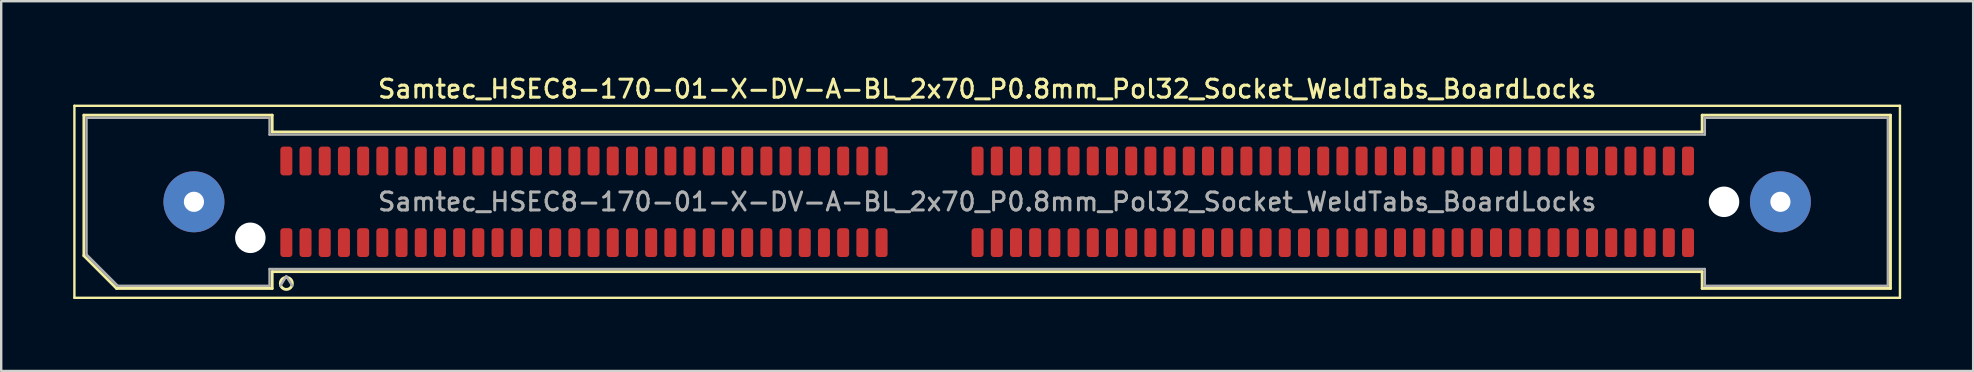
<source format=kicad_pcb>
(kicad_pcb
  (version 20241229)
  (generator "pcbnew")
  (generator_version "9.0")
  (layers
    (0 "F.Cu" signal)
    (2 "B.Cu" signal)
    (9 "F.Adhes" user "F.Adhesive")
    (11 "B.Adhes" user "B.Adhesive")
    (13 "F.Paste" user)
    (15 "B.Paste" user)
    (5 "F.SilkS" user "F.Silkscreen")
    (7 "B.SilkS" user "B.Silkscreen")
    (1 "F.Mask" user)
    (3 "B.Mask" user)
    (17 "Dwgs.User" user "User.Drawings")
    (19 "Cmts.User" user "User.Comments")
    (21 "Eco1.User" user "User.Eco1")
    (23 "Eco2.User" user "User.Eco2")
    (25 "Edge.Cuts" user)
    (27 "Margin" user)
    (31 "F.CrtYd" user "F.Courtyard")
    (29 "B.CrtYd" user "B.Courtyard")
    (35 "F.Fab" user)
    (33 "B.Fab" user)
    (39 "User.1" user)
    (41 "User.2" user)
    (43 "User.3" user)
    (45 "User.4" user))
  (footprint "Samtec_HSEC8-170-01-X-DV-A-BL_2x70_P0.8mm_Pol32_Socket_WeldTabs_BoardLocks"
    (layer "F.Cu")
    (at 38.08 5.358)
    (property "Reference" "Samtec_HSEC8-170-01-X-DV-A-BL_2x70_P0.8mm_Pol32_Socket_WeldTabs_BoardLocks" (at 0 -4.7 0) (layer "F.SilkS") (effects (font (size 0.75 0.75) (thickness 0.125))))
    (attr smd)
    (fp_line (start -38.03 -4) (end -38.03 4) (stroke (width 0.1) (type solid)) (layer "F.SilkS"))
    (fp_line (start -38.03 4) (end 38.03 4) (stroke (width 0.1) (type solid)) (layer "F.SilkS"))
    (fp_line (start -37.635 -3.61) (end -29.79 -3.61) (stroke (width 0.12) (type solid)) (layer "F.SilkS"))
    (fp_line (start -37.635 2.246) (end -37.635 -3.61) (stroke (width 0.12) (type solid)) (layer "F.SilkS"))
    (fp_line (start -36.271 3.61) (end -37.635 2.246) (stroke (width 0.12) (type solid)) (layer "F.SilkS"))
    (fp_line (start -29.79 -3.61) (end -29.79 -2.91) (stroke (width 0.12) (type solid)) (layer "F.SilkS"))
    (fp_line (start -29.79 -2.91) (end 29.79 -2.91) (stroke (width 0.12) (type solid)) (layer "F.SilkS"))
    (fp_line (start -29.79 2.91) (end -29.79 3.61) (stroke (width 0.12) (type solid)) (layer "F.SilkS"))
    (fp_line (start -29.79 3.61) (end -36.271 3.61) (stroke (width 0.12) (type solid)) (layer "F.SilkS"))
    (fp_line (start 29.79 -3.61) (end 37.635 -3.61) (stroke (width 0.12) (type solid)) (layer "F.SilkS"))
    (fp_line (start 29.79 -2.91) (end 29.79 -3.61) (stroke (width 0.12) (type solid)) (layer "F.SilkS"))
    (fp_line (start 29.79 2.91) (end -29.79 2.91) (stroke (width 0.12) (type solid)) (layer "F.SilkS"))
    (fp_line (start 29.79 3.61) (end 29.79 2.91) (stroke (width 0.12) (type solid)) (layer "F.SilkS"))
    (fp_line (start 37.635 -3.61) (end 37.635 3.61) (stroke (width 0.12) (type solid)) (layer "F.SilkS"))
    (fp_line (start 37.635 3.61) (end 29.79 3.61) (stroke (width 0.12) (type solid)) (layer "F.SilkS"))
    (fp_line (start 38.03 -4) (end -38.03 -4) (stroke (width 0.1) (type solid)) (layer "F.SilkS"))
    (fp_line (start 38.03 4) (end 38.03 -4) (stroke (width 0.1) (type solid)) (layer "F.SilkS"))
    (fp_circle (center -29.2 3.4) (end -28.95 3.4) (stroke (width 0.12) (type solid)) (fill no) (layer "F.SilkS"))
    (fp_line (start -37.525 -3.5) (end -29.9 -3.5) (stroke (width 0.1) (type solid)) (layer "F.Fab"))
    (fp_line (start -37.525 2.2) (end -37.525 -3.5) (stroke (width 0.1) (type solid)) (layer "F.Fab"))
    (fp_line (start -36.225 3.5) (end -37.525 2.2) (stroke (width 0.1) (type solid)) (layer "F.Fab"))
    (fp_line (start -29.9 -3.5) (end -29.9 -2.8) (stroke (width 0.1) (type solid)) (layer "F.Fab"))
    (fp_line (start -29.9 -2.8) (end 29.9 -2.8) (stroke (width 0.1) (type solid)) (layer "F.Fab"))
    (fp_line (start -29.9 2.8) (end -29.9 3.5) (stroke (width 0.1) (type solid)) (layer "F.Fab"))
    (fp_line (start -29.9 3.5) (end -36.225 3.5) (stroke (width 0.1) (type solid)) (layer "F.Fab"))
    (fp_line (start -29.2 3.1) (end -29.45 3.5) (stroke (width 0.1) (type solid)) (layer "F.Fab"))
    (fp_line (start -29.2 3.1) (end -28.95 3.5) (stroke (width 0.1) (type solid)) (layer "F.Fab"))
    (fp_line (start 29.9 -3.5) (end 37.525 -3.5) (stroke (width 0.1) (type solid)) (layer "F.Fab"))
    (fp_line (start 29.9 -2.8) (end 29.9 -3.5) (stroke (width 0.1) (type solid)) (layer "F.Fab"))
    (fp_line (start 29.9 2.8) (end -29.9 2.8) (stroke (width 0.1) (type solid)) (layer "F.Fab"))
    (fp_line (start 29.9 3.5) (end 29.9 2.8) (stroke (width 0.1) (type solid)) (layer "F.Fab"))
    (fp_line (start 37.525 -3.5) (end 37.525 3.5) (stroke (width 0.1) (type solid)) (layer "F.Fab"))
    (fp_line (start 37.525 3.5) (end 29.9 3.5) (stroke (width 0.1) (type solid)) (layer "F.Fab"))
    (fp_text user "${REFERENCE}" (at 0 0 0) (layer "F.Fab") (effects (font (size 0.75 0.75) (thickness 0.125))))
    (pad "" thru_hole circle (at -33.05 0) (size 2.54 2.54) (drill 0.84) (layers "*.Cu" "*.Mask" "F.Paste"))
    (pad "" np_thru_hole circle (at -30.7 1.5) (size 1.27 1.27) (drill 1.27) (layers "*.Cu" "*.Mask"))
    (pad "" np_thru_hole circle (at 30.7 0) (size 1.27 1.27) (drill 1.27) (layers "*.Cu" "*.Mask"))
    (pad "" thru_hole circle (at 33.05 0) (size 2.54 2.54) (drill 0.84) (layers "*.Cu" "*.Mask" "F.Paste"))
    (pad "1" smd roundrect (at -29.2 1.7) (size 0.5 1.2) (layers "F.Cu" "F.Mask" "F.Paste") (roundrect_rratio 0.25))
    (pad "2" smd roundrect (at -29.2 -1.7) (size 0.5 1.2) (layers "F.Cu" "F.Mask" "F.Paste") (roundrect_rratio 0.25))
    (pad "3" smd roundrect (at -28.4 1.7) (size 0.5 1.2) (layers "F.Cu" "F.Mask" "F.Paste") (roundrect_rratio 0.25))
    (pad "4" smd roundrect (at -28.4 -1.7) (size 0.5 1.2) (layers "F.Cu" "F.Mask" "F.Paste") (roundrect_rratio 0.25))
    (pad "5" smd roundrect (at -27.6 1.7) (size 0.5 1.2) (layers "F.Cu" "F.Mask" "F.Paste") (roundrect_rratio 0.25))
    (pad "6" smd roundrect (at -27.6 -1.7) (size 0.5 1.2) (layers "F.Cu" "F.Mask" "F.Paste") (roundrect_rratio 0.25))
    (pad "7" smd roundrect (at -26.8 1.7) (size 0.5 1.2) (layers "F.Cu" "F.Mask" "F.Paste") (roundrect_rratio 0.25))
    (pad "8" smd roundrect (at -26.8 -1.7) (size 0.5 1.2) (layers "F.Cu" "F.Mask" "F.Paste") (roundrect_rratio 0.25))
    (pad "9" smd roundrect (at -26 1.7) (size 0.5 1.2) (layers "F.Cu" "F.Mask" "F.Paste") (roundrect_rratio 0.25))
    (pad "10" smd roundrect (at -26 -1.7) (size 0.5 1.2) (layers "F.Cu" "F.Mask" "F.Paste") (roundrect_rratio 0.25))
    (pad "11" smd roundrect (at -25.2 1.7) (size 0.5 1.2) (layers "F.Cu" "F.Mask" "F.Paste") (roundrect_rratio 0.25))
    (pad "12" smd roundrect (at -25.2 -1.7) (size 0.5 1.2) (layers "F.Cu" "F.Mask" "F.Paste") (roundrect_rratio 0.25))
    (pad "13" smd roundrect (at -24.4 1.7) (size 0.5 1.2) (layers "F.Cu" "F.Mask" "F.Paste") (roundrect_rratio 0.25))
    (pad "14" smd roundrect (at -24.4 -1.7) (size 0.5 1.2) (layers "F.Cu" "F.Mask" "F.Paste") (roundrect_rratio 0.25))
    (pad "15" smd roundrect (at -23.6 1.7) (size 0.5 1.2) (layers "F.Cu" "F.Mask" "F.Paste") (roundrect_rratio 0.25))
    (pad "16" smd roundrect (at -23.6 -1.7) (size 0.5 1.2) (layers "F.Cu" "F.Mask" "F.Paste") (roundrect_rratio 0.25))
    (pad "17" smd roundrect (at -22.8 1.7) (size 0.5 1.2) (layers "F.Cu" "F.Mask" "F.Paste") (roundrect_rratio 0.25))
    (pad "18" smd roundrect (at -22.8 -1.7) (size 0.5 1.2) (layers "F.Cu" "F.Mask" "F.Paste") (roundrect_rratio 0.25))
    (pad "19" smd roundrect (at -22 1.7) (size 0.5 1.2) (layers "F.Cu" "F.Mask" "F.Paste") (roundrect_rratio 0.25))
    (pad "20" smd roundrect (at -22 -1.7) (size 0.5 1.2) (layers "F.Cu" "F.Mask" "F.Paste") (roundrect_rratio 0.25))
    (pad "21" smd roundrect (at -21.2 1.7) (size 0.5 1.2) (layers "F.Cu" "F.Mask" "F.Paste") (roundrect_rratio 0.25))
    (pad "22" smd roundrect (at -21.2 -1.7) (size 0.5 1.2) (layers "F.Cu" "F.Mask" "F.Paste") (roundrect_rratio 0.25))
    (pad "23" smd roundrect (at -20.4 1.7) (size 0.5 1.2) (layers "F.Cu" "F.Mask" "F.Paste") (roundrect_rratio 0.25))
    (pad "24" smd roundrect (at -20.4 -1.7) (size 0.5 1.2) (layers "F.Cu" "F.Mask" "F.Paste") (roundrect_rratio 0.25))
    (pad "25" smd roundrect (at -19.6 1.7) (size 0.5 1.2) (layers "F.Cu" "F.Mask" "F.Paste") (roundrect_rratio 0.25))
    (pad "26" smd roundrect (at -19.6 -1.7) (size 0.5 1.2) (layers "F.Cu" "F.Mask" "F.Paste") (roundrect_rratio 0.25))
    (pad "27" smd roundrect (at -18.8 1.7) (size 0.5 1.2) (layers "F.Cu" "F.Mask" "F.Paste") (roundrect_rratio 0.25))
    (pad "28" smd roundrect (at -18.8 -1.7) (size 0.5 1.2) (layers "F.Cu" "F.Mask" "F.Paste") (roundrect_rratio 0.25))
    (pad "29" smd roundrect (at -18 1.7) (size 0.5 1.2) (layers "F.Cu" "F.Mask" "F.Paste") (roundrect_rratio 0.25))
    (pad "30" smd roundrect (at -18 -1.7) (size 0.5 1.2) (layers "F.Cu" "F.Mask" "F.Paste") (roundrect_rratio 0.25))
    (pad "31" smd roundrect (at -17.2 1.7) (size 0.5 1.2) (layers "F.Cu" "F.Mask" "F.Paste") (roundrect_rratio 0.25))
    (pad "32" smd roundrect (at -17.2 -1.7) (size 0.5 1.2) (layers "F.Cu" "F.Mask" "F.Paste") (roundrect_rratio 0.25))
    (pad "33" smd roundrect (at -16.4 1.7) (size 0.5 1.2) (layers "F.Cu" "F.Mask" "F.Paste") (roundrect_rratio 0.25))
    (pad "34" smd roundrect (at -16.4 -1.7) (size 0.5 1.2) (layers "F.Cu" "F.Mask" "F.Paste") (roundrect_rratio 0.25))
    (pad "35" smd roundrect (at -15.6 1.7) (size 0.5 1.2) (layers "F.Cu" "F.Mask" "F.Paste") (roundrect_rratio 0.25))
    (pad "36" smd roundrect (at -15.6 -1.7) (size 0.5 1.2) (layers "F.Cu" "F.Mask" "F.Paste") (roundrect_rratio 0.25))
    (pad "37" smd roundrect (at -14.8 1.7) (size 0.5 1.2) (layers "F.Cu" "F.Mask" "F.Paste") (roundrect_rratio 0.25))
    (pad "38" smd roundrect (at -14.8 -1.7) (size 0.5 1.2) (layers "F.Cu" "F.Mask" "F.Paste") (roundrect_rratio 0.25))
    (pad "39" smd roundrect (at -14 1.7) (size 0.5 1.2) (layers "F.Cu" "F.Mask" "F.Paste") (roundrect_rratio 0.25))
    (pad "40" smd roundrect (at -14 -1.7) (size 0.5 1.2) (layers "F.Cu" "F.Mask" "F.Paste") (roundrect_rratio 0.25))
    (pad "41" smd roundrect (at -13.2 1.7) (size 0.5 1.2) (layers "F.Cu" "F.Mask" "F.Paste") (roundrect_rratio 0.25))
    (pad "42" smd roundrect (at -13.2 -1.7) (size 0.5 1.2) (layers "F.Cu" "F.Mask" "F.Paste") (roundrect_rratio 0.25))
    (pad "43" smd roundrect (at -12.4 1.7) (size 0.5 1.2) (layers "F.Cu" "F.Mask" "F.Paste") (roundrect_rratio 0.25))
    (pad "44" smd roundrect (at -12.4 -1.7) (size 0.5 1.2) (layers "F.Cu" "F.Mask" "F.Paste") (roundrect_rratio 0.25))
    (pad "45" smd roundrect (at -11.6 1.7) (size 0.5 1.2) (layers "F.Cu" "F.Mask" "F.Paste") (roundrect_rratio 0.25))
    (pad "46" smd roundrect (at -11.6 -1.7) (size 0.5 1.2) (layers "F.Cu" "F.Mask" "F.Paste") (roundrect_rratio 0.25))
    (pad "47" smd roundrect (at -10.8 1.7) (size 0.5 1.2) (layers "F.Cu" "F.Mask" "F.Paste") (roundrect_rratio 0.25))
    (pad "48" smd roundrect (at -10.8 -1.7) (size 0.5 1.2) (layers "F.Cu" "F.Mask" "F.Paste") (roundrect_rratio 0.25))
    (pad "49" smd roundrect (at -10 1.7) (size 0.5 1.2) (layers "F.Cu" "F.Mask" "F.Paste") (roundrect_rratio 0.25))
    (pad "50" smd roundrect (at -10 -1.7) (size 0.5 1.2) (layers "F.Cu" "F.Mask" "F.Paste") (roundrect_rratio 0.25))
    (pad "51" smd roundrect (at -9.2 1.7) (size 0.5 1.2) (layers "F.Cu" "F.Mask" "F.Paste") (roundrect_rratio 0.25))
    (pad "52" smd roundrect (at -9.2 -1.7) (size 0.5 1.2) (layers "F.Cu" "F.Mask" "F.Paste") (roundrect_rratio 0.25))
    (pad "53" smd roundrect (at -8.4 1.7) (size 0.5 1.2) (layers "F.Cu" "F.Mask" "F.Paste") (roundrect_rratio 0.25))
    (pad "54" smd roundrect (at -8.4 -1.7) (size 0.5 1.2) (layers "F.Cu" "F.Mask" "F.Paste") (roundrect_rratio 0.25))
    (pad "55" smd roundrect (at -7.6 1.7) (size 0.5 1.2) (layers "F.Cu" "F.Mask" "F.Paste") (roundrect_rratio 0.25))
    (pad "56" smd roundrect (at -7.6 -1.7) (size 0.5 1.2) (layers "F.Cu" "F.Mask" "F.Paste") (roundrect_rratio 0.25))
    (pad "57" smd roundrect (at -6.8 1.7) (size 0.5 1.2) (layers "F.Cu" "F.Mask" "F.Paste") (roundrect_rratio 0.25))
    (pad "58" smd roundrect (at -6.8 -1.7) (size 0.5 1.2) (layers "F.Cu" "F.Mask" "F.Paste") (roundrect_rratio 0.25))
    (pad "59" smd roundrect (at -6 1.7) (size 0.5 1.2) (layers "F.Cu" "F.Mask" "F.Paste") (roundrect_rratio 0.25))
    (pad "60" smd roundrect (at -6 -1.7) (size 0.5 1.2) (layers "F.Cu" "F.Mask" "F.Paste") (roundrect_rratio 0.25))
    (pad "61" smd roundrect (at -5.2 1.7) (size 0.5 1.2) (layers "F.Cu" "F.Mask" "F.Paste") (roundrect_rratio 0.25))
    (pad "62" smd roundrect (at -5.2 -1.7) (size 0.5 1.2) (layers "F.Cu" "F.Mask" "F.Paste") (roundrect_rratio 0.25))
    (pad "63" smd roundrect (at -4.4 1.7) (size 0.5 1.2) (layers "F.Cu" "F.Mask" "F.Paste") (roundrect_rratio 0.25))
    (pad "64" smd roundrect (at -4.4 -1.7) (size 0.5 1.2) (layers "F.Cu" "F.Mask" "F.Paste") (roundrect_rratio 0.25))
    (pad "65" smd roundrect (at -0.4 1.7) (size 0.5 1.2) (layers "F.Cu" "F.Mask" "F.Paste") (roundrect_rratio 0.25))
    (pad "66" smd roundrect (at -0.4 -1.7) (size 0.5 1.2) (layers "F.Cu" "F.Mask" "F.Paste") (roundrect_rratio 0.25))
    (pad "67" smd roundrect (at 0.4 1.7) (size 0.5 1.2) (layers "F.Cu" "F.Mask" "F.Paste") (roundrect_rratio 0.25))
    (pad "68" smd roundrect (at 0.4 -1.7) (size 0.5 1.2) (layers "F.Cu" "F.Mask" "F.Paste") (roundrect_rratio 0.25))
    (pad "69" smd roundrect (at 1.2 1.7) (size 0.5 1.2) (layers "F.Cu" "F.Mask" "F.Paste") (roundrect_rratio 0.25))
    (pad "70" smd roundrect (at 1.2 -1.7) (size 0.5 1.2) (layers "F.Cu" "F.Mask" "F.Paste") (roundrect_rratio 0.25))
    (pad "71" smd roundrect (at 2 1.7) (size 0.5 1.2) (layers "F.Cu" "F.Mask" "F.Paste") (roundrect_rratio 0.25))
    (pad "72" smd roundrect (at 2 -1.7) (size 0.5 1.2) (layers "F.Cu" "F.Mask" "F.Paste") (roundrect_rratio 0.25))
    (pad "73" smd roundrect (at 2.8 1.7) (size 0.5 1.2) (layers "F.Cu" "F.Mask" "F.Paste") (roundrect_rratio 0.25))
    (pad "74" smd roundrect (at 2.8 -1.7) (size 0.5 1.2) (layers "F.Cu" "F.Mask" "F.Paste") (roundrect_rratio 0.25))
    (pad "75" smd roundrect (at 3.6 1.7) (size 0.5 1.2) (layers "F.Cu" "F.Mask" "F.Paste") (roundrect_rratio 0.25))
    (pad "76" smd roundrect (at 3.6 -1.7) (size 0.5 1.2) (layers "F.Cu" "F.Mask" "F.Paste") (roundrect_rratio 0.25))
    (pad "77" smd roundrect (at 4.4 1.7) (size 0.5 1.2) (layers "F.Cu" "F.Mask" "F.Paste") (roundrect_rratio 0.25))
    (pad "78" smd roundrect (at 4.4 -1.7) (size 0.5 1.2) (layers "F.Cu" "F.Mask" "F.Paste") (roundrect_rratio 0.25))
    (pad "79" smd roundrect (at 5.2 1.7) (size 0.5 1.2) (layers "F.Cu" "F.Mask" "F.Paste") (roundrect_rratio 0.25))
    (pad "80" smd roundrect (at 5.2 -1.7) (size 0.5 1.2) (layers "F.Cu" "F.Mask" "F.Paste") (roundrect_rratio 0.25))
    (pad "81" smd roundrect (at 6 1.7) (size 0.5 1.2) (layers "F.Cu" "F.Mask" "F.Paste") (roundrect_rratio 0.25))
    (pad "82" smd roundrect (at 6 -1.7) (size 0.5 1.2) (layers "F.Cu" "F.Mask" "F.Paste") (roundrect_rratio 0.25))
    (pad "83" smd roundrect (at 6.8 1.7) (size 0.5 1.2) (layers "F.Cu" "F.Mask" "F.Paste") (roundrect_rratio 0.25))
    (pad "84" smd roundrect (at 6.8 -1.7) (size 0.5 1.2) (layers "F.Cu" "F.Mask" "F.Paste") (roundrect_rratio 0.25))
    (pad "85" smd roundrect (at 7.6 1.7) (size 0.5 1.2) (layers "F.Cu" "F.Mask" "F.Paste") (roundrect_rratio 0.25))
    (pad "86" smd roundrect (at 7.6 -1.7) (size 0.5 1.2) (layers "F.Cu" "F.Mask" "F.Paste") (roundrect_rratio 0.25))
    (pad "87" smd roundrect (at 8.4 1.7) (size 0.5 1.2) (layers "F.Cu" "F.Mask" "F.Paste") (roundrect_rratio 0.25))
    (pad "88" smd roundrect (at 8.4 -1.7) (size 0.5 1.2) (layers "F.Cu" "F.Mask" "F.Paste") (roundrect_rratio 0.25))
    (pad "89" smd roundrect (at 9.2 1.7) (size 0.5 1.2) (layers "F.Cu" "F.Mask" "F.Paste") (roundrect_rratio 0.25))
    (pad "90" smd roundrect (at 9.2 -1.7) (size 0.5 1.2) (layers "F.Cu" "F.Mask" "F.Paste") (roundrect_rratio 0.25))
    (pad "91" smd roundrect (at 10 1.7) (size 0.5 1.2) (layers "F.Cu" "F.Mask" "F.Paste") (roundrect_rratio 0.25))
    (pad "92" smd roundrect (at 10 -1.7) (size 0.5 1.2) (layers "F.Cu" "F.Mask" "F.Paste") (roundrect_rratio 0.25))
    (pad "93" smd roundrect (at 10.8 1.7) (size 0.5 1.2) (layers "F.Cu" "F.Mask" "F.Paste") (roundrect_rratio 0.25))
    (pad "94" smd roundrect (at 10.8 -1.7) (size 0.5 1.2) (layers "F.Cu" "F.Mask" "F.Paste") (roundrect_rratio 0.25))
    (pad "95" smd roundrect (at 11.6 1.7) (size 0.5 1.2) (layers "F.Cu" "F.Mask" "F.Paste") (roundrect_rratio 0.25))
    (pad "96" smd roundrect (at 11.6 -1.7) (size 0.5 1.2) (layers "F.Cu" "F.Mask" "F.Paste") (roundrect_rratio 0.25))
    (pad "97" smd roundrect (at 12.4 1.7) (size 0.5 1.2) (layers "F.Cu" "F.Mask" "F.Paste") (roundrect_rratio 0.25))
    (pad "98" smd roundrect (at 12.4 -1.7) (size 0.5 1.2) (layers "F.Cu" "F.Mask" "F.Paste") (roundrect_rratio 0.25))
    (pad "99" smd roundrect (at 13.2 1.7) (size 0.5 1.2) (layers "F.Cu" "F.Mask" "F.Paste") (roundrect_rratio 0.25))
    (pad "100" smd roundrect (at 13.2 -1.7) (size 0.5 1.2) (layers "F.Cu" "F.Mask" "F.Paste") (roundrect_rratio 0.25))
    (pad "101" smd roundrect (at 14 1.7) (size 0.5 1.2) (layers "F.Cu" "F.Mask" "F.Paste") (roundrect_rratio 0.25))
    (pad "102" smd roundrect (at 14 -1.7) (size 0.5 1.2) (layers "F.Cu" "F.Mask" "F.Paste") (roundrect_rratio 0.25))
    (pad "103" smd roundrect (at 14.8 1.7) (size 0.5 1.2) (layers "F.Cu" "F.Mask" "F.Paste") (roundrect_rratio 0.25))
    (pad "104" smd roundrect (at 14.8 -1.7) (size 0.5 1.2) (layers "F.Cu" "F.Mask" "F.Paste") (roundrect_rratio 0.25))
    (pad "105" smd roundrect (at 15.6 1.7) (size 0.5 1.2) (layers "F.Cu" "F.Mask" "F.Paste") (roundrect_rratio 0.25))
    (pad "106" smd roundrect (at 15.6 -1.7) (size 0.5 1.2) (layers "F.Cu" "F.Mask" "F.Paste") (roundrect_rratio 0.25))
    (pad "107" smd roundrect (at 16.4 1.7) (size 0.5 1.2) (layers "F.Cu" "F.Mask" "F.Paste") (roundrect_rratio 0.25))
    (pad "108" smd roundrect (at 16.4 -1.7) (size 0.5 1.2) (layers "F.Cu" "F.Mask" "F.Paste") (roundrect_rratio 0.25))
    (pad "109" smd roundrect (at 17.2 1.7) (size 0.5 1.2) (layers "F.Cu" "F.Mask" "F.Paste") (roundrect_rratio 0.25))
    (pad "110" smd roundrect (at 17.2 -1.7) (size 0.5 1.2) (layers "F.Cu" "F.Mask" "F.Paste") (roundrect_rratio 0.25))
    (pad "111" smd roundrect (at 18 1.7) (size 0.5 1.2) (layers "F.Cu" "F.Mask" "F.Paste") (roundrect_rratio 0.25))
    (pad "112" smd roundrect (at 18 -1.7) (size 0.5 1.2) (layers "F.Cu" "F.Mask" "F.Paste") (roundrect_rratio 0.25))
    (pad "113" smd roundrect (at 18.8 1.7) (size 0.5 1.2) (layers "F.Cu" "F.Mask" "F.Paste") (roundrect_rratio 0.25))
    (pad "114" smd roundrect (at 18.8 -1.7) (size 0.5 1.2) (layers "F.Cu" "F.Mask" "F.Paste") (roundrect_rratio 0.25))
    (pad "115" smd roundrect (at 19.6 1.7) (size 0.5 1.2) (layers "F.Cu" "F.Mask" "F.Paste") (roundrect_rratio 0.25))
    (pad "116" smd roundrect (at 19.6 -1.7) (size 0.5 1.2) (layers "F.Cu" "F.Mask" "F.Paste") (roundrect_rratio 0.25))
    (pad "117" smd roundrect (at 20.4 1.7) (size 0.5 1.2) (layers "F.Cu" "F.Mask" "F.Paste") (roundrect_rratio 0.25))
    (pad "118" smd roundrect (at 20.4 -1.7) (size 0.5 1.2) (layers "F.Cu" "F.Mask" "F.Paste") (roundrect_rratio 0.25))
    (pad "119" smd roundrect (at 21.2 1.7) (size 0.5 1.2) (layers "F.Cu" "F.Mask" "F.Paste") (roundrect_rratio 0.25))
    (pad "120" smd roundrect (at 21.2 -1.7) (size 0.5 1.2) (layers "F.Cu" "F.Mask" "F.Paste") (roundrect_rratio 0.25))
    (pad "121" smd roundrect (at 22 1.7) (size 0.5 1.2) (layers "F.Cu" "F.Mask" "F.Paste") (roundrect_rratio 0.25))
    (pad "122" smd roundrect (at 22 -1.7) (size 0.5 1.2) (layers "F.Cu" "F.Mask" "F.Paste") (roundrect_rratio 0.25))
    (pad "123" smd roundrect (at 22.8 1.7) (size 0.5 1.2) (layers "F.Cu" "F.Mask" "F.Paste") (roundrect_rratio 0.25))
    (pad "124" smd roundrect (at 22.8 -1.7) (size 0.5 1.2) (layers "F.Cu" "F.Mask" "F.Paste") (roundrect_rratio 0.25))
    (pad "125" smd roundrect (at 23.6 1.7) (size 0.5 1.2) (layers "F.Cu" "F.Mask" "F.Paste") (roundrect_rratio 0.25))
    (pad "126" smd roundrect (at 23.6 -1.7) (size 0.5 1.2) (layers "F.Cu" "F.Mask" "F.Paste") (roundrect_rratio 0.25))
    (pad "127" smd roundrect (at 24.4 1.7) (size 0.5 1.2) (layers "F.Cu" "F.Mask" "F.Paste") (roundrect_rratio 0.25))
    (pad "128" smd roundrect (at 24.4 -1.7) (size 0.5 1.2) (layers "F.Cu" "F.Mask" "F.Paste") (roundrect_rratio 0.25))
    (pad "129" smd roundrect (at 25.2 1.7) (size 0.5 1.2) (layers "F.Cu" "F.Mask" "F.Paste") (roundrect_rratio 0.25))
    (pad "130" smd roundrect (at 25.2 -1.7) (size 0.5 1.2) (layers "F.Cu" "F.Mask" "F.Paste") (roundrect_rratio 0.25))
    (pad "131" smd roundrect (at 26 1.7) (size 0.5 1.2) (layers "F.Cu" "F.Mask" "F.Paste") (roundrect_rratio 0.25))
    (pad "132" smd roundrect (at 26 -1.7) (size 0.5 1.2) (layers "F.Cu" "F.Mask" "F.Paste") (roundrect_rratio 0.25))
    (pad "133" smd roundrect (at 26.8 1.7) (size 0.5 1.2) (layers "F.Cu" "F.Mask" "F.Paste") (roundrect_rratio 0.25))
    (pad "134" smd roundrect (at 26.8 -1.7) (size 0.5 1.2) (layers "F.Cu" "F.Mask" "F.Paste") (roundrect_rratio 0.25))
    (pad "135" smd roundrect (at 27.6 1.7) (size 0.5 1.2) (layers "F.Cu" "F.Mask" "F.Paste") (roundrect_rratio 0.25))
    (pad "136" smd roundrect (at 27.6 -1.7) (size 0.5 1.2) (layers "F.Cu" "F.Mask" "F.Paste") (roundrect_rratio 0.25))
    (pad "137" smd roundrect (at 28.4 1.7) (size 0.5 1.2) (layers "F.Cu" "F.Mask" "F.Paste") (roundrect_rratio 0.25))
    (pad "138" smd roundrect (at 28.4 -1.7) (size 0.5 1.2) (layers "F.Cu" "F.Mask" "F.Paste") (roundrect_rratio 0.25))
    (pad "139" smd roundrect (at 29.2 1.7) (size 0.5 1.2) (layers "F.Cu" "F.Mask" "F.Paste") (roundrect_rratio 0.25))
    (pad "140" smd roundrect (at 29.2 -1.7) (size 0.5 1.2) (layers "F.Cu" "F.Mask" "F.Paste") (roundrect_rratio 0.25)))
  (gr_rect
    (start -3 -3)
    (end 79.16 12.408)
    (stroke (width 0.1) (type default))
    (fill no)
    (layer "Edge.Cuts")))
</source>
